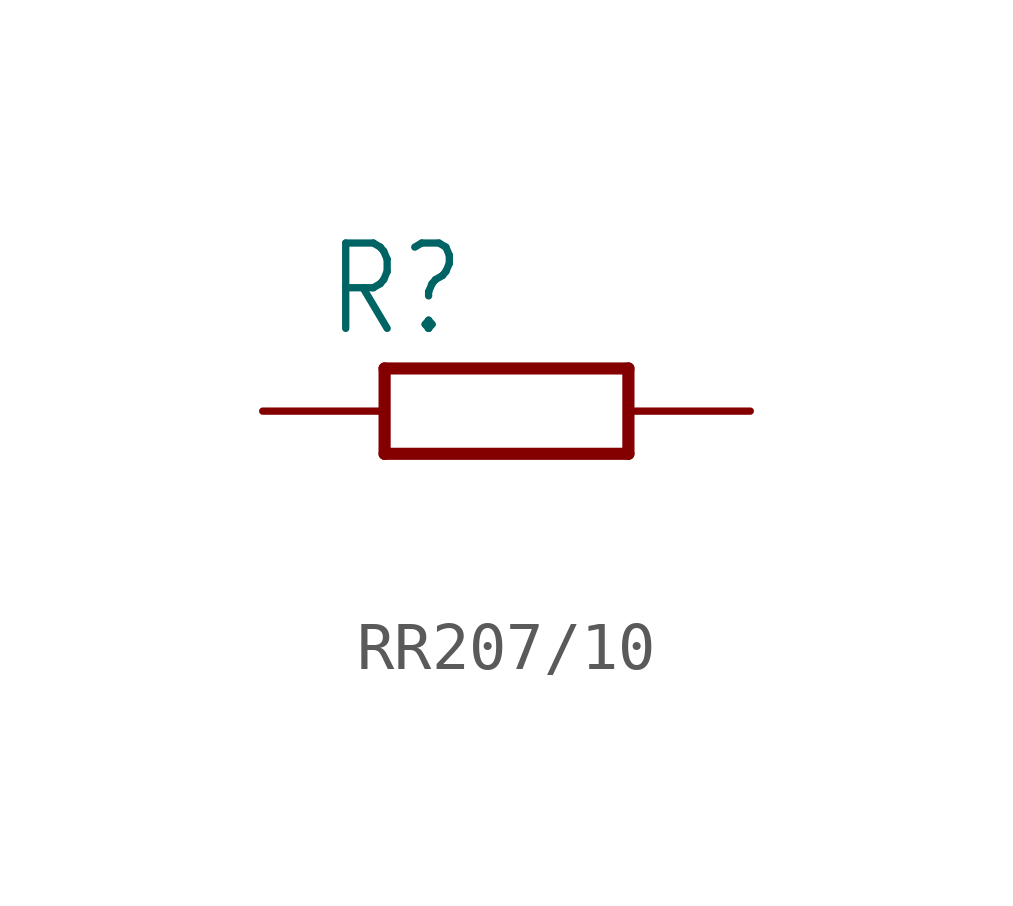
<source format=kicad_sym>
(kicad_symbol_lib
  (version 20241209)
  (generator "kicad_symbol_editor")
  (generator_version "9.0")
  (symbol "RR207/10"
    (property "Reference" "R"
      (at -3.81 1.499 0)
      (effects (font (size 1.778 1.511)) (justify left bottom)))
    (property "Value" ""
      (at -3.81 -3.302 0)
      (effects (font (size 1.778 1.511)) (justify left bottom)))
    (property "ki_locked" ""
      (at 0 0 0)
      (effects (font (size 1.27 1.27))))
    (symbol "RR207/10_1_0"
      (polyline (pts (xy -2.54 -0.889) (xy -2.54 0.889)) (stroke (width 0.254) (type solid)) (fill (type none)))
      (polyline (pts (xy -2.54 -0.889) (xy 2.54 -0.889)) (stroke (width 0.254) (type solid)) (fill (type none)))
      (polyline (pts (xy 2.54 0.889) (xy -2.54 0.889)) (stroke (width 0.254) (type solid)) (fill (type none)))
      (polyline (pts (xy 2.54 -0.889) (xy 2.54 0.889)) (stroke (width 0.254) (type solid)) (fill (type none)))
      (pin passive line (at -5.08 0 0) (length 2.54) (name "1" (effects (font (size 0 0)))) (number "1" (effects (font (size 0 0)))))
      (pin passive line (at 5.08 0 180) (length 2.54) (name "2" (effects (font (size 0 0)))) (number "2" (effects (font (size 0 0))))))))
</source>
